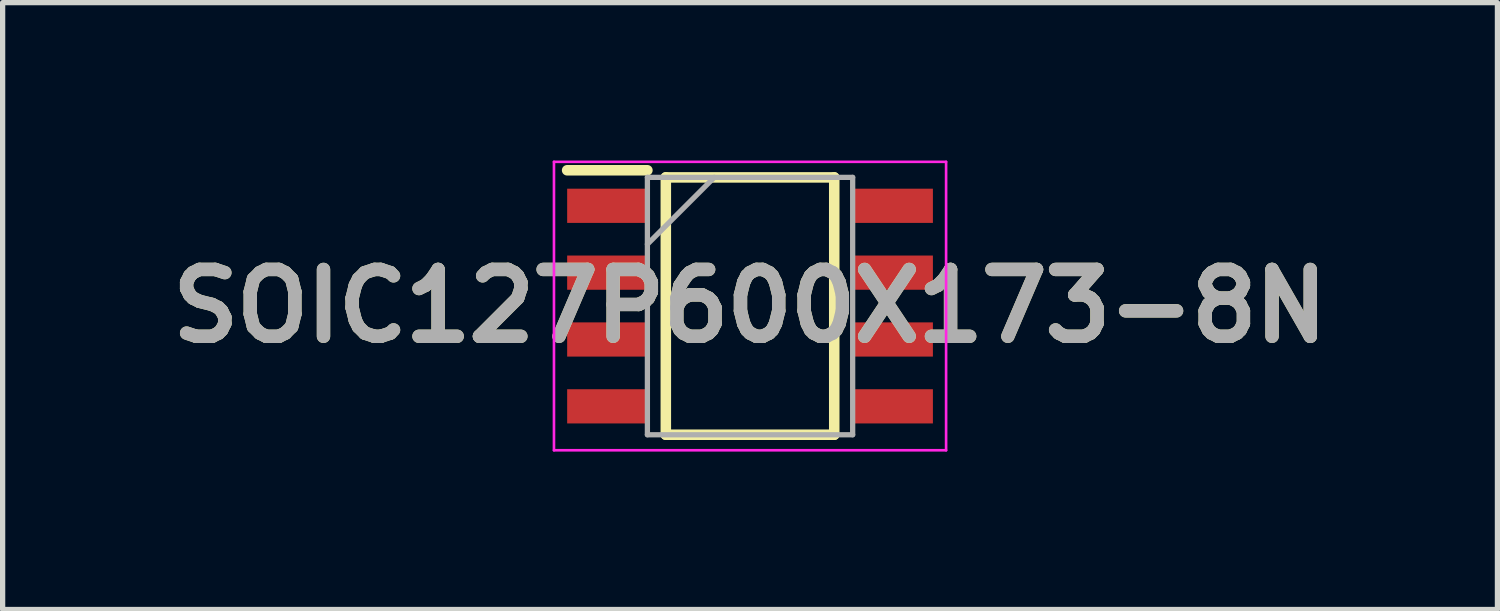
<source format=kicad_pcb>
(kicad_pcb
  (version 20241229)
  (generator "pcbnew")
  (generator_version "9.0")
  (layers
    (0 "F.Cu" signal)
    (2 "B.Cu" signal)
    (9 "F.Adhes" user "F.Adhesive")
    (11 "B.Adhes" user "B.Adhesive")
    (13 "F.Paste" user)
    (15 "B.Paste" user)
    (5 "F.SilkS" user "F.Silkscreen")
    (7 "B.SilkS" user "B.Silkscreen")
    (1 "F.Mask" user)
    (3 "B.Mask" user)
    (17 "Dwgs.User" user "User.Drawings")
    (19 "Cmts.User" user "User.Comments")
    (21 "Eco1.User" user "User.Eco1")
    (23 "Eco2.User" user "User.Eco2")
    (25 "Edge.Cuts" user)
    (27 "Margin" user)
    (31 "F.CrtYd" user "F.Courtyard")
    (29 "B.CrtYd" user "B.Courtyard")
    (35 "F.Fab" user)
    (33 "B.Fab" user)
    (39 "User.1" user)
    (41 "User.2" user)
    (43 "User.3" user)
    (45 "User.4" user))
  (footprint "SOIC127P600X173-8N"
    (layer "F.Cu")
    (at 11.2 2.765)
    (property "Reference" "SOIC127P600X173-8N" (at 0 0 0) (layer "F.SilkS") (effects (font (size 1.27 1.27) (thickness 0.254))))
    (attr smd)
    (fp_line (start -3.475 -2.58) (end -1.95 -2.58) (stroke (width 0.2) (type solid)) (layer "F.SilkS"))
    (fp_line (start -1.6 -2.445) (end 1.6 -2.445) (stroke (width 0.2) (type solid)) (layer "F.SilkS"))
    (fp_line (start -1.6 2.445) (end -1.6 -2.445) (stroke (width 0.2) (type solid)) (layer "F.SilkS"))
    (fp_line (start 1.6 -2.445) (end 1.6 2.445) (stroke (width 0.2) (type solid)) (layer "F.SilkS"))
    (fp_line (start 1.6 2.445) (end -1.6 2.445) (stroke (width 0.2) (type solid)) (layer "F.SilkS"))
    (fp_line (start -3.725 -2.74) (end 3.725 -2.74) (stroke (width 0.05) (type solid)) (layer "F.CrtYd"))
    (fp_line (start -3.725 2.74) (end -3.725 -2.74) (stroke (width 0.05) (type solid)) (layer "F.CrtYd"))
    (fp_line (start 3.725 -2.74) (end 3.725 2.74) (stroke (width 0.05) (type solid)) (layer "F.CrtYd"))
    (fp_line (start 3.725 2.74) (end -3.725 2.74) (stroke (width 0.05) (type solid)) (layer "F.CrtYd"))
    (fp_line (start -1.95 -2.445) (end 1.95 -2.445) (stroke (width 0.1) (type solid)) (layer "F.Fab"))
    (fp_line (start -1.95 -1.175) (end -0.68 -2.445) (stroke (width 0.1) (type solid)) (layer "F.Fab"))
    (fp_line (start -1.95 2.445) (end -1.95 -2.445) (stroke (width 0.1) (type solid)) (layer "F.Fab"))
    (fp_line (start 1.95 -2.445) (end 1.95 2.445) (stroke (width 0.1) (type solid)) (layer "F.Fab"))
    (fp_line (start 1.95 2.445) (end -1.95 2.445) (stroke (width 0.1) (type solid)) (layer "F.Fab"))
    (fp_text user "${REFERENCE}" (at 0 0 0) (layer "F.Fab") (effects (font (size 1.27 1.27) (thickness 0.254))))
    (pad "1" smd rect (at -2.712 -1.905 90) (size 0.65 1.525) (layers "F.Cu" "F.Mask" "F.Paste"))
    (pad "2" smd rect (at -2.712 -0.635 90) (size 0.65 1.525) (layers "F.Cu" "F.Mask" "F.Paste"))
    (pad "3" smd rect (at -2.712 0.635 90) (size 0.65 1.525) (layers "F.Cu" "F.Mask" "F.Paste"))
    (pad "4" smd rect (at -2.712 1.905 90) (size 0.65 1.525) (layers "F.Cu" "F.Mask" "F.Paste"))
    (pad "5" smd rect (at 2.712 1.905 90) (size 0.65 1.525) (layers "F.Cu" "F.Mask" "F.Paste"))
    (pad "6" smd rect (at 2.712 0.635 90) (size 0.65 1.525) (layers "F.Cu" "F.Mask" "F.Paste"))
    (pad "7" smd rect (at 2.712 -0.635 90) (size 0.65 1.525) (layers "F.Cu" "F.Mask" "F.Paste"))
    (pad "8" smd rect (at 2.712 -1.905 90) (size 0.65 1.525) (layers "F.Cu" "F.Mask" "F.Paste")))
  (gr_rect
    (start -3 -3)
    (end 25.4 8.53)
    (stroke (width 0.1) (type default))
    (fill no)
    (layer "Edge.Cuts")))
</source>
